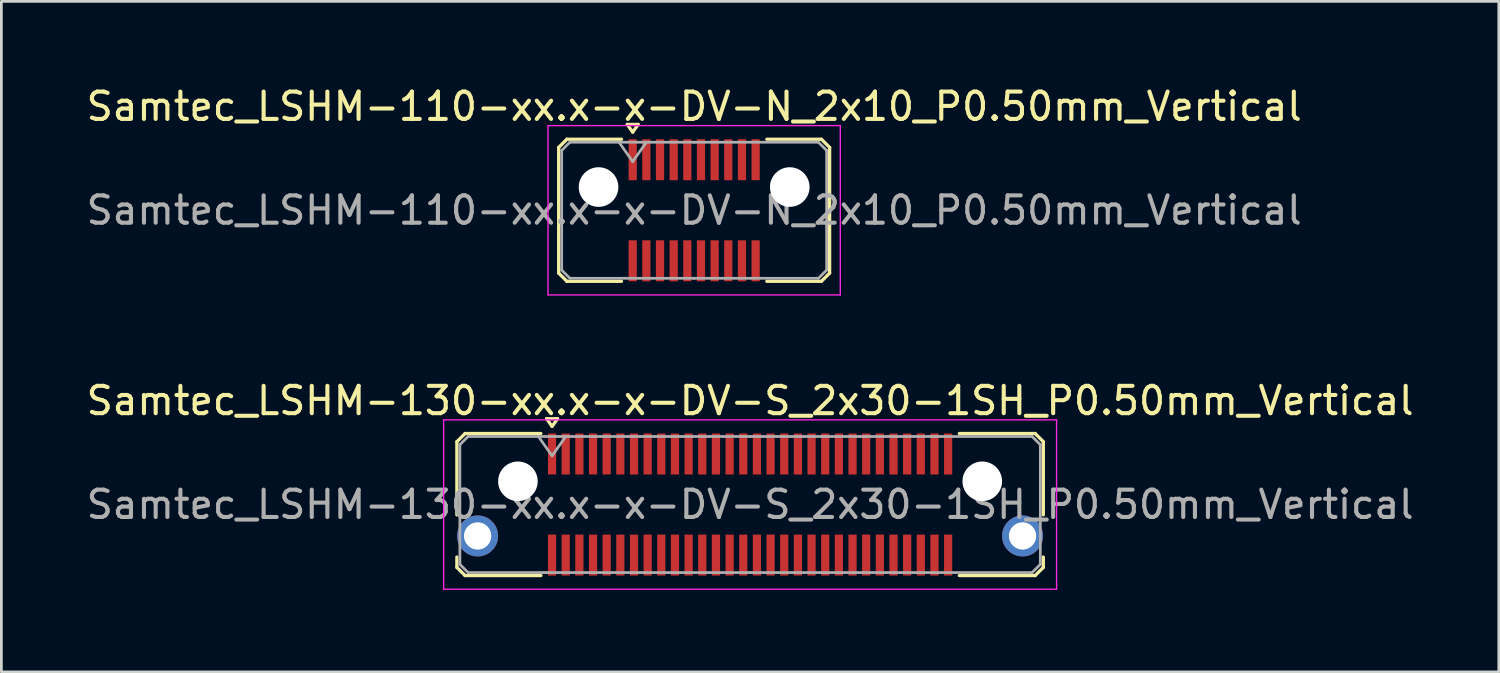
<source format=kicad_pcb>
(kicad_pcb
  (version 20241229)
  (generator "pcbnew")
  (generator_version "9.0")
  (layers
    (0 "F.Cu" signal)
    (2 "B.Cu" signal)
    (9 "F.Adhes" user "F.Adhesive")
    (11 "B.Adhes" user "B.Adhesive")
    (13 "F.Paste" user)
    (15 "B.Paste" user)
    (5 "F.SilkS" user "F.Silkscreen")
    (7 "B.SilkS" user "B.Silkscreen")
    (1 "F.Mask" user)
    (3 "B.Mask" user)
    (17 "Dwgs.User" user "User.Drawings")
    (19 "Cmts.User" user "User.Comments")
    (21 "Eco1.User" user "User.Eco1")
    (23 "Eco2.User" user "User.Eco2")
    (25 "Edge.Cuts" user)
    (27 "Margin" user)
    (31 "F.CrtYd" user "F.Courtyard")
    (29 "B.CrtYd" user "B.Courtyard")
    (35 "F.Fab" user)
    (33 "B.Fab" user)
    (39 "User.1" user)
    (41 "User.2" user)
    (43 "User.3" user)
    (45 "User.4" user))
  (footprint "Samtec_LSHM-110-xx.x-x-DV-N_2x10_P0.50mm_Vertical"
    (layer "F.Cu")
    (at 22.363 4.648)
    (property "Reference" "Samtec_LSHM-110-xx.x-x-DV-N_2x10_P0.50mm_Vertical" (at 0 -3.8 0) (layer "F.SilkS") (effects (font (size 1 1) (thickness 0.15))))
    (attr through_hole)
    (fp_line (start -4.96 -2.3) (end -4.96 2.3) (stroke (width 0.12) (type solid)) (layer "F.SilkS"))
    (fp_line (start -4.96 2.3) (end -4.66 2.6) (stroke (width 0.12) (type solid)) (layer "F.SilkS"))
    (fp_line (start -4.66 -2.6) (end -4.96 -2.3) (stroke (width 0.12) (type solid)) (layer "F.SilkS"))
    (fp_line (start -4.66 2.6) (end -2.66 2.6) (stroke (width 0.12) (type solid)) (layer "F.SilkS"))
    (fp_line (start -2.66 -2.6) (end -4.66 -2.6) (stroke (width 0.12) (type solid)) (layer "F.SilkS"))
    (fp_line (start -2.45 -3.143) (end -2.05 -3.143) (stroke (width 0.12) (type solid)) (layer "F.SilkS"))
    (fp_line (start -2.25 -2.86) (end -2.45 -3.143) (stroke (width 0.12) (type solid)) (layer "F.SilkS"))
    (fp_line (start -2.05 -3.143) (end -2.25 -2.86) (stroke (width 0.12) (type solid)) (layer "F.SilkS"))
    (fp_line (start 2.66 -2.6) (end 4.66 -2.6) (stroke (width 0.12) (type solid)) (layer "F.SilkS"))
    (fp_line (start 4.66 -2.6) (end 4.96 -2.3) (stroke (width 0.12) (type solid)) (layer "F.SilkS"))
    (fp_line (start 4.66 2.6) (end 2.66 2.6) (stroke (width 0.12) (type solid)) (layer "F.SilkS"))
    (fp_line (start 4.96 -2.3) (end 4.96 2.3) (stroke (width 0.12) (type solid)) (layer "F.SilkS"))
    (fp_line (start 4.96 2.3) (end 4.66 2.6) (stroke (width 0.12) (type solid)) (layer "F.SilkS"))
    (fp_line (start -5.35 -3.1) (end -5.35 3.1) (stroke (width 0.05) (type solid)) (layer "F.CrtYd"))
    (fp_line (start -5.35 3.1) (end 5.35 3.1) (stroke (width 0.05) (type solid)) (layer "F.CrtYd"))
    (fp_line (start 5.35 -3.1) (end -5.35 -3.1) (stroke (width 0.05) (type solid)) (layer "F.CrtYd"))
    (fp_line (start 5.35 3.1) (end 5.35 -3.1) (stroke (width 0.05) (type solid)) (layer "F.CrtYd"))
    (fp_line (start -4.85 -2.19) (end -4.85 2.19) (stroke (width 0.1) (type solid)) (layer "F.Fab"))
    (fp_line (start -4.85 2.19) (end -4.55 2.49) (stroke (width 0.1) (type solid)) (layer "F.Fab"))
    (fp_line (start -4.55 -2.49) (end -4.85 -2.19) (stroke (width 0.1) (type solid)) (layer "F.Fab"))
    (fp_line (start -4.55 2.49) (end 0 2.49) (stroke (width 0.1) (type solid)) (layer "F.Fab"))
    (fp_line (start -2.75 -2.49) (end -2.25 -1.783) (stroke (width 0.1) (type solid)) (layer "F.Fab"))
    (fp_line (start -2.25 -1.783) (end -1.75 -2.49) (stroke (width 0.1) (type solid)) (layer "F.Fab"))
    (fp_line (start 0 -2.49) (end -4.55 -2.49) (stroke (width 0.1) (type solid)) (layer "F.Fab"))
    (fp_line (start 0 -2.49) (end 4.55 -2.49) (stroke (width 0.1) (type solid)) (layer "F.Fab"))
    (fp_line (start 4.55 -2.49) (end 4.85 -2.19) (stroke (width 0.1) (type solid)) (layer "F.Fab"))
    (fp_line (start 4.55 2.49) (end 0 2.49) (stroke (width 0.1) (type solid)) (layer "F.Fab"))
    (fp_line (start 4.85 -2.19) (end 4.85 2.19) (stroke (width 0.1) (type solid)) (layer "F.Fab"))
    (fp_line (start 4.85 2.19) (end 4.55 2.49) (stroke (width 0.1) (type solid)) (layer "F.Fab"))
    (fp_text user "${REFERENCE}" (at 0 0 0) (layer "F.Fab") (effects (font (size 1 1) (thickness 0.15))))
    (pad "" np_thru_hole circle (at -3.5 -0.85) (size 1.45 1.45) (drill 1.45) (layers "*.Cu" "*.Mask"))
    (pad "" np_thru_hole circle (at 3.5 -0.85) (size 1.45 1.45) (drill 1.45) (layers "*.Cu" "*.Mask"))
    (pad "1" smd rect (at -2.25 -1.85) (size 0.3 1.5) (layers "F.Cu" "F.Mask" "F.Paste"))
    (pad "2" smd rect (at -2.25 1.85) (size 0.3 1.5) (layers "F.Cu" "F.Mask" "F.Paste"))
    (pad "3" smd rect (at -1.75 -1.85) (size 0.3 1.5) (layers "F.Cu" "F.Mask" "F.Paste"))
    (pad "4" smd rect (at -1.75 1.85) (size 0.3 1.5) (layers "F.Cu" "F.Mask" "F.Paste"))
    (pad "5" smd rect (at -1.25 -1.85) (size 0.3 1.5) (layers "F.Cu" "F.Mask" "F.Paste"))
    (pad "6" smd rect (at -1.25 1.85) (size 0.3 1.5) (layers "F.Cu" "F.Mask" "F.Paste"))
    (pad "7" smd rect (at -0.75 -1.85) (size 0.3 1.5) (layers "F.Cu" "F.Mask" "F.Paste"))
    (pad "8" smd rect (at -0.75 1.85) (size 0.3 1.5) (layers "F.Cu" "F.Mask" "F.Paste"))
    (pad "9" smd rect (at -0.25 -1.85) (size 0.3 1.5) (layers "F.Cu" "F.Mask" "F.Paste"))
    (pad "10" smd rect (at -0.25 1.85) (size 0.3 1.5) (layers "F.Cu" "F.Mask" "F.Paste"))
    (pad "11" smd rect (at 0.25 -1.85) (size 0.3 1.5) (layers "F.Cu" "F.Mask" "F.Paste"))
    (pad "12" smd rect (at 0.25 1.85) (size 0.3 1.5) (layers "F.Cu" "F.Mask" "F.Paste"))
    (pad "13" smd rect (at 0.75 -1.85) (size 0.3 1.5) (layers "F.Cu" "F.Mask" "F.Paste"))
    (pad "14" smd rect (at 0.75 1.85) (size 0.3 1.5) (layers "F.Cu" "F.Mask" "F.Paste"))
    (pad "15" smd rect (at 1.25 -1.85) (size 0.3 1.5) (layers "F.Cu" "F.Mask" "F.Paste"))
    (pad "16" smd rect (at 1.25 1.85) (size 0.3 1.5) (layers "F.Cu" "F.Mask" "F.Paste"))
    (pad "17" smd rect (at 1.75 -1.85) (size 0.3 1.5) (layers "F.Cu" "F.Mask" "F.Paste"))
    (pad "18" smd rect (at 1.75 1.85) (size 0.3 1.5) (layers "F.Cu" "F.Mask" "F.Paste"))
    (pad "19" smd rect (at 2.25 -1.85) (size 0.3 1.5) (layers "F.Cu" "F.Mask" "F.Paste"))
    (pad "20" smd rect (at 2.25 1.85) (size 0.3 1.5) (layers "F.Cu" "F.Mask" "F.Paste")))
  (footprint "Samtec_LSHM-130-xx.x-x-DV-S_2x30-1SH_P0.50mm_Vertical"
    (layer "F.Cu")
    (at 24.411 15.421)
    (property "Reference" "Samtec_LSHM-130-xx.x-x-DV-S_2x30-1SH_P0.50mm_Vertical" (at 0 -3.8 0) (layer "F.SilkS") (effects (font (size 1 1) (thickness 0.15))))
    (attr smd)
    (fp_line (start -10.735 -2.3) (end -10.735 0.377) (stroke (width 0.12) (type solid)) (layer "F.SilkS"))
    (fp_line (start -10.735 1.923) (end -10.735 2.3) (stroke (width 0.12) (type solid)) (layer "F.SilkS"))
    (fp_line (start -10.735 2.3) (end -10.435 2.6) (stroke (width 0.12) (type solid)) (layer "F.SilkS"))
    (fp_line (start -10.435 -2.6) (end -10.735 -2.3) (stroke (width 0.12) (type solid)) (layer "F.SilkS"))
    (fp_line (start -10.435 2.6) (end -7.66 2.6) (stroke (width 0.12) (type solid)) (layer "F.SilkS"))
    (fp_line (start -7.66 -2.6) (end -10.435 -2.6) (stroke (width 0.12) (type solid)) (layer "F.SilkS"))
    (fp_line (start -7.45 -3.143) (end -7.05 -3.143) (stroke (width 0.12) (type solid)) (layer "F.SilkS"))
    (fp_line (start -7.25 -2.86) (end -7.45 -3.143) (stroke (width 0.12) (type solid)) (layer "F.SilkS"))
    (fp_line (start -7.05 -3.143) (end -7.25 -2.86) (stroke (width 0.12) (type solid)) (layer "F.SilkS"))
    (fp_line (start 7.66 -2.6) (end 10.435 -2.6) (stroke (width 0.12) (type solid)) (layer "F.SilkS"))
    (fp_line (start 10.435 -2.6) (end 10.735 -2.3) (stroke (width 0.12) (type solid)) (layer "F.SilkS"))
    (fp_line (start 10.435 2.6) (end 7.66 2.6) (stroke (width 0.12) (type solid)) (layer "F.SilkS"))
    (fp_line (start 10.735 -2.3) (end 10.735 0.377) (stroke (width 0.12) (type solid)) (layer "F.SilkS"))
    (fp_line (start 10.735 1.923) (end 10.735 2.3) (stroke (width 0.12) (type solid)) (layer "F.SilkS"))
    (fp_line (start 10.735 2.3) (end 10.435 2.6) (stroke (width 0.12) (type solid)) (layer "F.SilkS"))
    (fp_line (start -11.22 -3.1) (end -11.22 3.1) (stroke (width 0.05) (type solid)) (layer "F.CrtYd"))
    (fp_line (start -11.22 3.1) (end 11.22 3.1) (stroke (width 0.05) (type solid)) (layer "F.CrtYd"))
    (fp_line (start 11.22 -3.1) (end -11.22 -3.1) (stroke (width 0.05) (type solid)) (layer "F.CrtYd"))
    (fp_line (start 11.22 3.1) (end 11.22 -3.1) (stroke (width 0.05) (type solid)) (layer "F.CrtYd"))
    (fp_line (start -10.625 -2.19) (end -10.625 2.19) (stroke (width 0.1) (type solid)) (layer "F.Fab"))
    (fp_line (start -10.625 2.19) (end -10.325 2.49) (stroke (width 0.1) (type solid)) (layer "F.Fab"))
    (fp_line (start -10.325 -2.49) (end -10.625 -2.19) (stroke (width 0.1) (type solid)) (layer "F.Fab"))
    (fp_line (start -10.325 2.49) (end 0 2.49) (stroke (width 0.1) (type solid)) (layer "F.Fab"))
    (fp_line (start -7.75 -2.49) (end -7.25 -1.783) (stroke (width 0.1) (type solid)) (layer "F.Fab"))
    (fp_line (start -7.25 -1.783) (end -6.75 -2.49) (stroke (width 0.1) (type solid)) (layer "F.Fab"))
    (fp_line (start 0 -2.49) (end -10.325 -2.49) (stroke (width 0.1) (type solid)) (layer "F.Fab"))
    (fp_line (start 0 -2.49) (end 10.325 -2.49) (stroke (width 0.1) (type solid)) (layer "F.Fab"))
    (fp_line (start 10.325 -2.49) (end 10.625 -2.19) (stroke (width 0.1) (type solid)) (layer "F.Fab"))
    (fp_line (start 10.325 2.49) (end 0 2.49) (stroke (width 0.1) (type solid)) (layer "F.Fab"))
    (fp_line (start 10.625 -2.19) (end 10.625 2.19) (stroke (width 0.1) (type solid)) (layer "F.Fab"))
    (fp_line (start 10.625 2.19) (end 10.325 2.49) (stroke (width 0.1) (type solid)) (layer "F.Fab"))
    (fp_text user "${REFERENCE}" (at 0 0 0) (layer "F.Fab") (effects (font (size 1 1) (thickness 0.15))))
    (pad "" np_thru_hole circle (at -8.5 -0.85) (size 1.45 1.45) (drill 1.45) (layers "*.Cu" "*.Mask"))
    (pad "" np_thru_hole circle (at 8.5 -0.85) (size 1.45 1.45) (drill 1.45) (layers "*.Cu" "*.Mask"))
    (pad "1" smd rect (at -7.25 -1.85) (size 0.3 1.5) (layers "F.Cu" "F.Mask" "F.Paste"))
    (pad "2" smd rect (at -7.25 1.85) (size 0.3 1.5) (layers "F.Cu" "F.Mask" "F.Paste"))
    (pad "3" smd rect (at -6.75 -1.85) (size 0.3 1.5) (layers "F.Cu" "F.Mask" "F.Paste"))
    (pad "4" smd rect (at -6.75 1.85) (size 0.3 1.5) (layers "F.Cu" "F.Mask" "F.Paste"))
    (pad "5" smd rect (at -6.25 -1.85) (size 0.3 1.5) (layers "F.Cu" "F.Mask" "F.Paste"))
    (pad "6" smd rect (at -6.25 1.85) (size 0.3 1.5) (layers "F.Cu" "F.Mask" "F.Paste"))
    (pad "7" smd rect (at -5.75 -1.85) (size 0.3 1.5) (layers "F.Cu" "F.Mask" "F.Paste"))
    (pad "8" smd rect (at -5.75 1.85) (size 0.3 1.5) (layers "F.Cu" "F.Mask" "F.Paste"))
    (pad "9" smd rect (at -5.25 -1.85) (size 0.3 1.5) (layers "F.Cu" "F.Mask" "F.Paste"))
    (pad "10" smd rect (at -5.25 1.85) (size 0.3 1.5) (layers "F.Cu" "F.Mask" "F.Paste"))
    (pad "11" smd rect (at -4.75 -1.85) (size 0.3 1.5) (layers "F.Cu" "F.Mask" "F.Paste"))
    (pad "12" smd rect (at -4.75 1.85) (size 0.3 1.5) (layers "F.Cu" "F.Mask" "F.Paste"))
    (pad "13" smd rect (at -4.25 -1.85) (size 0.3 1.5) (layers "F.Cu" "F.Mask" "F.Paste"))
    (pad "14" smd rect (at -4.25 1.85) (size 0.3 1.5) (layers "F.Cu" "F.Mask" "F.Paste"))
    (pad "15" smd rect (at -3.75 -1.85) (size 0.3 1.5) (layers "F.Cu" "F.Mask" "F.Paste"))
    (pad "16" smd rect (at -3.75 1.85) (size 0.3 1.5) (layers "F.Cu" "F.Mask" "F.Paste"))
    (pad "17" smd rect (at -3.25 -1.85) (size 0.3 1.5) (layers "F.Cu" "F.Mask" "F.Paste"))
    (pad "18" smd rect (at -3.25 1.85) (size 0.3 1.5) (layers "F.Cu" "F.Mask" "F.Paste"))
    (pad "19" smd rect (at -2.75 -1.85) (size 0.3 1.5) (layers "F.Cu" "F.Mask" "F.Paste"))
    (pad "20" smd rect (at -2.75 1.85) (size 0.3 1.5) (layers "F.Cu" "F.Mask" "F.Paste"))
    (pad "21" smd rect (at -2.25 -1.85) (size 0.3 1.5) (layers "F.Cu" "F.Mask" "F.Paste"))
    (pad "22" smd rect (at -2.25 1.85) (size 0.3 1.5) (layers "F.Cu" "F.Mask" "F.Paste"))
    (pad "23" smd rect (at -1.75 -1.85) (size 0.3 1.5) (layers "F.Cu" "F.Mask" "F.Paste"))
    (pad "24" smd rect (at -1.75 1.85) (size 0.3 1.5) (layers "F.Cu" "F.Mask" "F.Paste"))
    (pad "25" smd rect (at -1.25 -1.85) (size 0.3 1.5) (layers "F.Cu" "F.Mask" "F.Paste"))
    (pad "26" smd rect (at -1.25 1.85) (size 0.3 1.5) (layers "F.Cu" "F.Mask" "F.Paste"))
    (pad "27" smd rect (at -0.75 -1.85) (size 0.3 1.5) (layers "F.Cu" "F.Mask" "F.Paste"))
    (pad "28" smd rect (at -0.75 1.85) (size 0.3 1.5) (layers "F.Cu" "F.Mask" "F.Paste"))
    (pad "29" smd rect (at -0.25 -1.85) (size 0.3 1.5) (layers "F.Cu" "F.Mask" "F.Paste"))
    (pad "30" smd rect (at -0.25 1.85) (size 0.3 1.5) (layers "F.Cu" "F.Mask" "F.Paste"))
    (pad "31" smd rect (at 0.25 -1.85) (size 0.3 1.5) (layers "F.Cu" "F.Mask" "F.Paste"))
    (pad "32" smd rect (at 0.25 1.85) (size 0.3 1.5) (layers "F.Cu" "F.Mask" "F.Paste"))
    (pad "33" smd rect (at 0.75 -1.85) (size 0.3 1.5) (layers "F.Cu" "F.Mask" "F.Paste"))
    (pad "34" smd rect (at 0.75 1.85) (size 0.3 1.5) (layers "F.Cu" "F.Mask" "F.Paste"))
    (pad "35" smd rect (at 1.25 -1.85) (size 0.3 1.5) (layers "F.Cu" "F.Mask" "F.Paste"))
    (pad "36" smd rect (at 1.25 1.85) (size 0.3 1.5) (layers "F.Cu" "F.Mask" "F.Paste"))
    (pad "37" smd rect (at 1.75 -1.85) (size 0.3 1.5) (layers "F.Cu" "F.Mask" "F.Paste"))
    (pad "38" smd rect (at 1.75 1.85) (size 0.3 1.5) (layers "F.Cu" "F.Mask" "F.Paste"))
    (pad "39" smd rect (at 2.25 -1.85) (size 0.3 1.5) (layers "F.Cu" "F.Mask" "F.Paste"))
    (pad "40" smd rect (at 2.25 1.85) (size 0.3 1.5) (layers "F.Cu" "F.Mask" "F.Paste"))
    (pad "41" smd rect (at 2.75 -1.85) (size 0.3 1.5) (layers "F.Cu" "F.Mask" "F.Paste"))
    (pad "42" smd rect (at 2.75 1.85) (size 0.3 1.5) (layers "F.Cu" "F.Mask" "F.Paste"))
    (pad "43" smd rect (at 3.25 -1.85) (size 0.3 1.5) (layers "F.Cu" "F.Mask" "F.Paste"))
    (pad "44" smd rect (at 3.25 1.85) (size 0.3 1.5) (layers "F.Cu" "F.Mask" "F.Paste"))
    (pad "45" smd rect (at 3.75 -1.85) (size 0.3 1.5) (layers "F.Cu" "F.Mask" "F.Paste"))
    (pad "46" smd rect (at 3.75 1.85) (size 0.3 1.5) (layers "F.Cu" "F.Mask" "F.Paste"))
    (pad "47" smd rect (at 4.25 -1.85) (size 0.3 1.5) (layers "F.Cu" "F.Mask" "F.Paste"))
    (pad "48" smd rect (at 4.25 1.85) (size 0.3 1.5) (layers "F.Cu" "F.Mask" "F.Paste"))
    (pad "49" smd rect (at 4.75 -1.85) (size 0.3 1.5) (layers "F.Cu" "F.Mask" "F.Paste"))
    (pad "50" smd rect (at 4.75 1.85) (size 0.3 1.5) (layers "F.Cu" "F.Mask" "F.Paste"))
    (pad "51" smd rect (at 5.25 -1.85) (size 0.3 1.5) (layers "F.Cu" "F.Mask" "F.Paste"))
    (pad "52" smd rect (at 5.25 1.85) (size 0.3 1.5) (layers "F.Cu" "F.Mask" "F.Paste"))
    (pad "53" smd rect (at 5.75 -1.85) (size 0.3 1.5) (layers "F.Cu" "F.Mask" "F.Paste"))
    (pad "54" smd rect (at 5.75 1.85) (size 0.3 1.5) (layers "F.Cu" "F.Mask" "F.Paste"))
    (pad "55" smd rect (at 6.25 -1.85) (size 0.3 1.5) (layers "F.Cu" "F.Mask" "F.Paste"))
    (pad "56" smd rect (at 6.25 1.85) (size 0.3 1.5) (layers "F.Cu" "F.Mask" "F.Paste"))
    (pad "57" smd rect (at 6.75 -1.85) (size 0.3 1.5) (layers "F.Cu" "F.Mask" "F.Paste"))
    (pad "58" smd rect (at 6.75 1.85) (size 0.3 1.5) (layers "F.Cu" "F.Mask" "F.Paste"))
    (pad "59" smd rect (at 7.25 -1.85) (size 0.3 1.5) (layers "F.Cu" "F.Mask" "F.Paste"))
    (pad "60" smd rect (at 7.25 1.85) (size 0.3 1.5) (layers "F.Cu" "F.Mask" "F.Paste"))
    (pad "SH" thru_hole circle (at -9.975 1.15) (size 1.5 1.5) (drill 1) (layers "*.Cu" "*.Mask"))
    (pad "SH" thru_hole circle (at 9.975 1.15) (size 1.5 1.5) (drill 1) (layers "*.Cu" "*.Mask")))
  (gr_rect
    (start -3 -3)
    (end 51.821 21.547)
    (stroke (width 0.1) (type default))
    (fill no)
    (layer "Edge.Cuts")))
</source>
